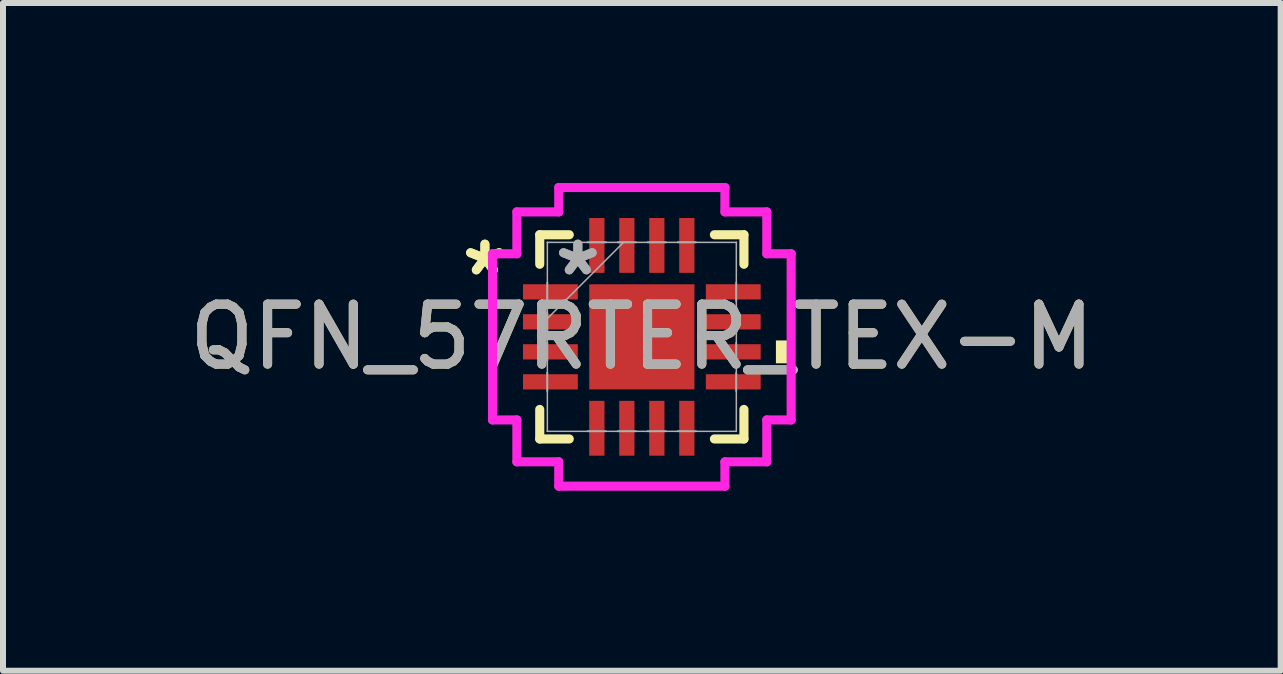
<source format=kicad_pcb>
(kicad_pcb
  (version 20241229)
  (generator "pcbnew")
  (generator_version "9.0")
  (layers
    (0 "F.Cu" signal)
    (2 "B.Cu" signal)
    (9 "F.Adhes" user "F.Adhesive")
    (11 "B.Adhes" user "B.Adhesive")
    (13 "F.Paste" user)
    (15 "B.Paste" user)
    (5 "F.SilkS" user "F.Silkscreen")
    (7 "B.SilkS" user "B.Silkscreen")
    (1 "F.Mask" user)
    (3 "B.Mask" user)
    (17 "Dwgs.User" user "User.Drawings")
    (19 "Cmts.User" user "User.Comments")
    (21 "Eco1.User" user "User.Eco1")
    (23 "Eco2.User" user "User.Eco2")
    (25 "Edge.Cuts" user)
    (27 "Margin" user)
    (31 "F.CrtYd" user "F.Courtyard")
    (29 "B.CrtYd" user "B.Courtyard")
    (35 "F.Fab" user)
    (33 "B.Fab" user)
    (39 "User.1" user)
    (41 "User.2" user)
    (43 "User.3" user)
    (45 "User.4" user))
  (footprint "QFN_57RTER_TEX-M"
    (layer "F.Cu")
    (at 7.649 2.565)
    (property "Reference" "QFN_57RTER_TEX-M" (at 0 0 0) (unlocked yes) (layer "F.SilkS") (effects (font (size 1 1) (thickness 0.15))))
    (attr smd)
    (fp_line (start -1.702 -1.702) (end -1.702 -1.21) (stroke (width 0.152) (type solid)) (layer "F.SilkS"))
    (fp_line (start -1.702 1.21) (end -1.702 1.702) (stroke (width 0.152) (type solid)) (layer "F.SilkS"))
    (fp_line (start -1.702 1.702) (end -1.21 1.702) (stroke (width 0.152) (type solid)) (layer "F.SilkS"))
    (fp_line (start -1.21 -1.702) (end -1.702 -1.702) (stroke (width 0.152) (type solid)) (layer "F.SilkS"))
    (fp_line (start 1.21 1.702) (end 1.702 1.702) (stroke (width 0.152) (type solid)) (layer "F.SilkS"))
    (fp_line (start 1.702 -1.702) (end 1.21 -1.702) (stroke (width 0.152) (type solid)) (layer "F.SilkS"))
    (fp_line (start 1.702 -1.21) (end 1.702 -1.702) (stroke (width 0.152) (type solid)) (layer "F.SilkS"))
    (fp_line (start 1.702 1.702) (end 1.702 1.21) (stroke (width 0.152) (type solid)) (layer "F.SilkS"))
    (fp_poly (pts (xy 2.489 0.06) (xy 2.489 0.441) (xy 2.235 0.441) (xy 2.235 0.06)) (stroke (width 0) (type solid)) (fill yes) (layer "F.SilkS"))
    (fp_line (start -2.489 -1.385) (end -2.083 -1.385) (stroke (width 0.152) (type solid)) (layer "F.CrtYd"))
    (fp_line (start -2.489 1.385) (end -2.489 -1.385) (stroke (width 0.152) (type solid)) (layer "F.CrtYd"))
    (fp_line (start -2.083 -2.083) (end -1.385 -2.083) (stroke (width 0.152) (type solid)) (layer "F.CrtYd"))
    (fp_line (start -2.083 -1.385) (end -2.083 -2.083) (stroke (width 0.152) (type solid)) (layer "F.CrtYd"))
    (fp_line (start -2.083 1.385) (end -2.489 1.385) (stroke (width 0.152) (type solid)) (layer "F.CrtYd"))
    (fp_line (start -2.083 2.083) (end -2.083 1.385) (stroke (width 0.152) (type solid)) (layer "F.CrtYd"))
    (fp_line (start -1.385 -2.489) (end 1.385 -2.489) (stroke (width 0.152) (type solid)) (layer "F.CrtYd"))
    (fp_line (start -1.385 -2.083) (end -1.385 -2.489) (stroke (width 0.152) (type solid)) (layer "F.CrtYd"))
    (fp_line (start -1.385 2.083) (end -2.083 2.083) (stroke (width 0.152) (type solid)) (layer "F.CrtYd"))
    (fp_line (start -1.385 2.489) (end -1.385 2.083) (stroke (width 0.152) (type solid)) (layer "F.CrtYd"))
    (fp_line (start 1.385 -2.489) (end 1.385 -2.083) (stroke (width 0.152) (type solid)) (layer "F.CrtYd"))
    (fp_line (start 1.385 -2.083) (end 2.083 -2.083) (stroke (width 0.152) (type solid)) (layer "F.CrtYd"))
    (fp_line (start 1.385 2.083) (end 1.385 2.489) (stroke (width 0.152) (type solid)) (layer "F.CrtYd"))
    (fp_line (start 1.385 2.489) (end -1.385 2.489) (stroke (width 0.152) (type solid)) (layer "F.CrtYd"))
    (fp_line (start 2.083 -2.083) (end 2.083 -1.385) (stroke (width 0.152) (type solid)) (layer "F.CrtYd"))
    (fp_line (start 2.083 -1.385) (end 2.489 -1.385) (stroke (width 0.152) (type solid)) (layer "F.CrtYd"))
    (fp_line (start 2.083 1.385) (end 2.083 2.083) (stroke (width 0.152) (type solid)) (layer "F.CrtYd"))
    (fp_line (start 2.083 2.083) (end 1.385 2.083) (stroke (width 0.152) (type solid)) (layer "F.CrtYd"))
    (fp_line (start 2.489 -1.385) (end 2.489 1.385) (stroke (width 0.152) (type solid)) (layer "F.CrtYd"))
    (fp_line (start 2.489 1.385) (end 2.083 1.385) (stroke (width 0.152) (type solid)) (layer "F.CrtYd"))
    (fp_line (start -1.575 -1.575) (end -1.575 -1.575) (stroke (width 0.025) (type solid)) (layer "F.Fab"))
    (fp_line (start -1.575 -1.575) (end -1.575 1.575) (stroke (width 0.025) (type solid)) (layer "F.Fab"))
    (fp_line (start -1.575 -0.903) (end -1.575 -0.903) (stroke (width 0.025) (type solid)) (layer "F.Fab"))
    (fp_line (start -1.575 -0.903) (end -1.575 -0.598) (stroke (width 0.025) (type solid)) (layer "F.Fab"))
    (fp_line (start -1.575 -0.598) (end -1.575 -0.903) (stroke (width 0.025) (type solid)) (layer "F.Fab"))
    (fp_line (start -1.575 -0.598) (end -1.575 -0.598) (stroke (width 0.025) (type solid)) (layer "F.Fab"))
    (fp_line (start -1.575 -0.402) (end -1.575 -0.402) (stroke (width 0.025) (type solid)) (layer "F.Fab"))
    (fp_line (start -1.575 -0.402) (end -1.575 -0.098) (stroke (width 0.025) (type solid)) (layer "F.Fab"))
    (fp_line (start -1.575 -0.305) (end -0.305 -1.575) (stroke (width 0.025) (type solid)) (layer "F.Fab"))
    (fp_line (start -1.575 -0.098) (end -1.575 -0.402) (stroke (width 0.025) (type solid)) (layer "F.Fab"))
    (fp_line (start -1.575 -0.098) (end -1.575 -0.098) (stroke (width 0.025) (type solid)) (layer "F.Fab"))
    (fp_line (start -1.575 0.098) (end -1.575 0.098) (stroke (width 0.025) (type solid)) (layer "F.Fab"))
    (fp_line (start -1.575 0.098) (end -1.575 0.402) (stroke (width 0.025) (type solid)) (layer "F.Fab"))
    (fp_line (start -1.575 0.402) (end -1.575 0.098) (stroke (width 0.025) (type solid)) (layer "F.Fab"))
    (fp_line (start -1.575 0.402) (end -1.575 0.402) (stroke (width 0.025) (type solid)) (layer "F.Fab"))
    (fp_line (start -1.575 0.598) (end -1.575 0.598) (stroke (width 0.025) (type solid)) (layer "F.Fab"))
    (fp_line (start -1.575 0.598) (end -1.575 0.903) (stroke (width 0.025) (type solid)) (layer "F.Fab"))
    (fp_line (start -1.575 0.903) (end -1.575 0.598) (stroke (width 0.025) (type solid)) (layer "F.Fab"))
    (fp_line (start -1.575 0.903) (end -1.575 0.903) (stroke (width 0.025) (type solid)) (layer "F.Fab"))
    (fp_line (start -1.575 1.575) (end -1.575 1.575) (stroke (width 0.025) (type solid)) (layer "F.Fab"))
    (fp_line (start -1.575 1.575) (end 1.575 1.575) (stroke (width 0.025) (type solid)) (layer "F.Fab"))
    (fp_line (start -0.903 -1.575) (end -0.903 -1.575) (stroke (width 0.025) (type solid)) (layer "F.Fab"))
    (fp_line (start -0.903 -1.575) (end -0.598 -1.575) (stroke (width 0.025) (type solid)) (layer "F.Fab"))
    (fp_line (start -0.903 1.575) (end -0.903 1.575) (stroke (width 0.025) (type solid)) (layer "F.Fab"))
    (fp_line (start -0.903 1.575) (end -0.598 1.575) (stroke (width 0.025) (type solid)) (layer "F.Fab"))
    (fp_line (start -0.598 -1.575) (end -0.903 -1.575) (stroke (width 0.025) (type solid)) (layer "F.Fab"))
    (fp_line (start -0.598 -1.575) (end -0.598 -1.575) (stroke (width 0.025) (type solid)) (layer "F.Fab"))
    (fp_line (start -0.598 1.575) (end -0.903 1.575) (stroke (width 0.025) (type solid)) (layer "F.Fab"))
    (fp_line (start -0.598 1.575) (end -0.598 1.575) (stroke (width 0.025) (type solid)) (layer "F.Fab"))
    (fp_line (start -0.402 -1.575) (end -0.402 -1.575) (stroke (width 0.025) (type solid)) (layer "F.Fab"))
    (fp_line (start -0.402 -1.575) (end -0.098 -1.575) (stroke (width 0.025) (type solid)) (layer "F.Fab"))
    (fp_line (start -0.402 1.575) (end -0.402 1.575) (stroke (width 0.025) (type solid)) (layer "F.Fab"))
    (fp_line (start -0.402 1.575) (end -0.098 1.575) (stroke (width 0.025) (type solid)) (layer "F.Fab"))
    (fp_line (start -0.098 -1.575) (end -0.402 -1.575) (stroke (width 0.025) (type solid)) (layer "F.Fab"))
    (fp_line (start -0.098 -1.575) (end -0.098 -1.575) (stroke (width 0.025) (type solid)) (layer "F.Fab"))
    (fp_line (start -0.098 1.575) (end -0.402 1.575) (stroke (width 0.025) (type solid)) (layer "F.Fab"))
    (fp_line (start -0.098 1.575) (end -0.098 1.575) (stroke (width 0.025) (type solid)) (layer "F.Fab"))
    (fp_line (start 0.098 -1.575) (end 0.098 -1.575) (stroke (width 0.025) (type solid)) (layer "F.Fab"))
    (fp_line (start 0.098 -1.575) (end 0.402 -1.575) (stroke (width 0.025) (type solid)) (layer "F.Fab"))
    (fp_line (start 0.098 1.575) (end 0.098 1.575) (stroke (width 0.025) (type solid)) (layer "F.Fab"))
    (fp_line (start 0.098 1.575) (end 0.402 1.575) (stroke (width 0.025) (type solid)) (layer "F.Fab"))
    (fp_line (start 0.402 -1.575) (end 0.098 -1.575) (stroke (width 0.025) (type solid)) (layer "F.Fab"))
    (fp_line (start 0.402 -1.575) (end 0.402 -1.575) (stroke (width 0.025) (type solid)) (layer "F.Fab"))
    (fp_line (start 0.402 1.575) (end 0.098 1.575) (stroke (width 0.025) (type solid)) (layer "F.Fab"))
    (fp_line (start 0.402 1.575) (end 0.402 1.575) (stroke (width 0.025) (type solid)) (layer "F.Fab"))
    (fp_line (start 0.598 -1.575) (end 0.598 -1.575) (stroke (width 0.025) (type solid)) (layer "F.Fab"))
    (fp_line (start 0.598 -1.575) (end 0.903 -1.575) (stroke (width 0.025) (type solid)) (layer "F.Fab"))
    (fp_line (start 0.598 1.575) (end 0.598 1.575) (stroke (width 0.025) (type solid)) (layer "F.Fab"))
    (fp_line (start 0.598 1.575) (end 0.903 1.575) (stroke (width 0.025) (type solid)) (layer "F.Fab"))
    (fp_line (start 0.903 -1.575) (end 0.598 -1.575) (stroke (width 0.025) (type solid)) (layer "F.Fab"))
    (fp_line (start 0.903 -1.575) (end 0.903 -1.575) (stroke (width 0.025) (type solid)) (layer "F.Fab"))
    (fp_line (start 0.903 1.575) (end 0.598 1.575) (stroke (width 0.025) (type solid)) (layer "F.Fab"))
    (fp_line (start 0.903 1.575) (end 0.903 1.575) (stroke (width 0.025) (type solid)) (layer "F.Fab"))
    (fp_line (start 1.575 -1.575) (end -1.575 -1.575) (stroke (width 0.025) (type solid)) (layer "F.Fab"))
    (fp_line (start 1.575 -1.575) (end 1.575 -1.575) (stroke (width 0.025) (type solid)) (layer "F.Fab"))
    (fp_line (start 1.575 -0.903) (end 1.575 -0.903) (stroke (width 0.025) (type solid)) (layer "F.Fab"))
    (fp_line (start 1.575 -0.903) (end 1.575 -0.598) (stroke (width 0.025) (type solid)) (layer "F.Fab"))
    (fp_line (start 1.575 -0.598) (end 1.575 -0.903) (stroke (width 0.025) (type solid)) (layer "F.Fab"))
    (fp_line (start 1.575 -0.598) (end 1.575 -0.598) (stroke (width 0.025) (type solid)) (layer "F.Fab"))
    (fp_line (start 1.575 -0.402) (end 1.575 -0.402) (stroke (width 0.025) (type solid)) (layer "F.Fab"))
    (fp_line (start 1.575 -0.402) (end 1.575 -0.098) (stroke (width 0.025) (type solid)) (layer "F.Fab"))
    (fp_line (start 1.575 -0.098) (end 1.575 -0.402) (stroke (width 0.025) (type solid)) (layer "F.Fab"))
    (fp_line (start 1.575 -0.098) (end 1.575 -0.098) (stroke (width 0.025) (type solid)) (layer "F.Fab"))
    (fp_line (start 1.575 0.098) (end 1.575 0.098) (stroke (width 0.025) (type solid)) (layer "F.Fab"))
    (fp_line (start 1.575 0.098) (end 1.575 0.402) (stroke (width 0.025) (type solid)) (layer "F.Fab"))
    (fp_line (start 1.575 0.402) (end 1.575 0.098) (stroke (width 0.025) (type solid)) (layer "F.Fab"))
    (fp_line (start 1.575 0.402) (end 1.575 0.402) (stroke (width 0.025) (type solid)) (layer "F.Fab"))
    (fp_line (start 1.575 0.598) (end 1.575 0.598) (stroke (width 0.025) (type solid)) (layer "F.Fab"))
    (fp_line (start 1.575 0.598) (end 1.575 0.903) (stroke (width 0.025) (type solid)) (layer "F.Fab"))
    (fp_line (start 1.575 0.903) (end 1.575 0.598) (stroke (width 0.025) (type solid)) (layer "F.Fab"))
    (fp_line (start 1.575 0.903) (end 1.575 0.903) (stroke (width 0.025) (type solid)) (layer "F.Fab"))
    (fp_line (start 1.575 1.575) (end 1.575 -1.575) (stroke (width 0.025) (type solid)) (layer "F.Fab"))
    (fp_line (start 1.575 1.575) (end 1.575 1.575) (stroke (width 0.025) (type solid)) (layer "F.Fab"))
    (fp_text user "*" (at -2.616 -1 0) (layer "F.SilkS") (effects (font (size 1 1) (thickness 0.15))))
    (fp_text user "*" (at -2.616 -1 0) (unlocked yes) (layer "F.SilkS") (effects (font (size 1 1) (thickness 0.15))))
    (fp_text user "*" (at -1.067 -1 0) (unlocked yes) (layer "F.Fab") (effects (font (size 1 1) (thickness 0.15))))
    (fp_text user "*" (at -1.067 -1 0) (layer "F.Fab") (effects (font (size 1 1) (thickness 0.15))))
    (fp_text user "${REFERENCE}" (at 0 0 0) (unlocked yes) (layer "F.Fab") (effects (font (size 1 1) (thickness 0.15))))
    (pad "1" smd rect (at -1.524 -0.75 90) (size 0.254 0.914) (layers "F.Cu" "F.Mask" "F.Paste"))
    (pad "2" smd rect (at -1.524 -0.25 90) (size 0.254 0.914) (layers "F.Cu" "F.Mask" "F.Paste"))
    (pad "3" smd rect (at -1.524 0.25 90) (size 0.254 0.914) (layers "F.Cu" "F.Mask" "F.Paste"))
    (pad "4" smd rect (at -1.524 0.75 90) (size 0.254 0.914) (layers "F.Cu" "F.Mask" "F.Paste"))
    (pad "5" smd rect (at -0.75 1.524) (size 0.254 0.914) (layers "F.Cu" "F.Mask" "F.Paste"))
    (pad "6" smd rect (at -0.25 1.524) (size 0.254 0.914) (layers "F.Cu" "F.Mask" "F.Paste"))
    (pad "7" smd rect (at 0.25 1.524) (size 0.254 0.914) (layers "F.Cu" "F.Mask" "F.Paste"))
    (pad "8" smd rect (at 0.75 1.524) (size 0.254 0.914) (layers "F.Cu" "F.Mask" "F.Paste"))
    (pad "9" smd rect (at 1.524 0.75 90) (size 0.254 0.914) (layers "F.Cu" "F.Mask" "F.Paste"))
    (pad "10" smd rect (at 1.524 0.25 90) (size 0.254 0.914) (layers "F.Cu" "F.Mask" "F.Paste"))
    (pad "11" smd rect (at 1.524 -0.25 90) (size 0.254 0.914) (layers "F.Cu" "F.Mask" "F.Paste"))
    (pad "12" smd rect (at 1.524 -0.75 90) (size 0.254 0.914) (layers "F.Cu" "F.Mask" "F.Paste"))
    (pad "13" smd rect (at 0.75 -1.524) (size 0.254 0.914) (layers "F.Cu" "F.Mask" "F.Paste"))
    (pad "14" smd rect (at 0.25 -1.524) (size 0.254 0.914) (layers "F.Cu" "F.Mask" "F.Paste"))
    (pad "15" smd rect (at -0.25 -1.524) (size 0.254 0.914) (layers "F.Cu" "F.Mask" "F.Paste"))
    (pad "16" smd rect (at -0.75 -1.524) (size 0.254 0.914) (layers "F.Cu" "F.Mask" "F.Paste"))
    (pad "17" smd rect (at 0 0) (size 1.753 1.753) (layers "F.Cu" "F.Mask" "F.Paste")))
  (gr_rect
    (start -3 -3)
    (end 18.298 8.131)
    (stroke (width 0.1) (type default))
    (fill no)
    (layer "Edge.Cuts")))
</source>
